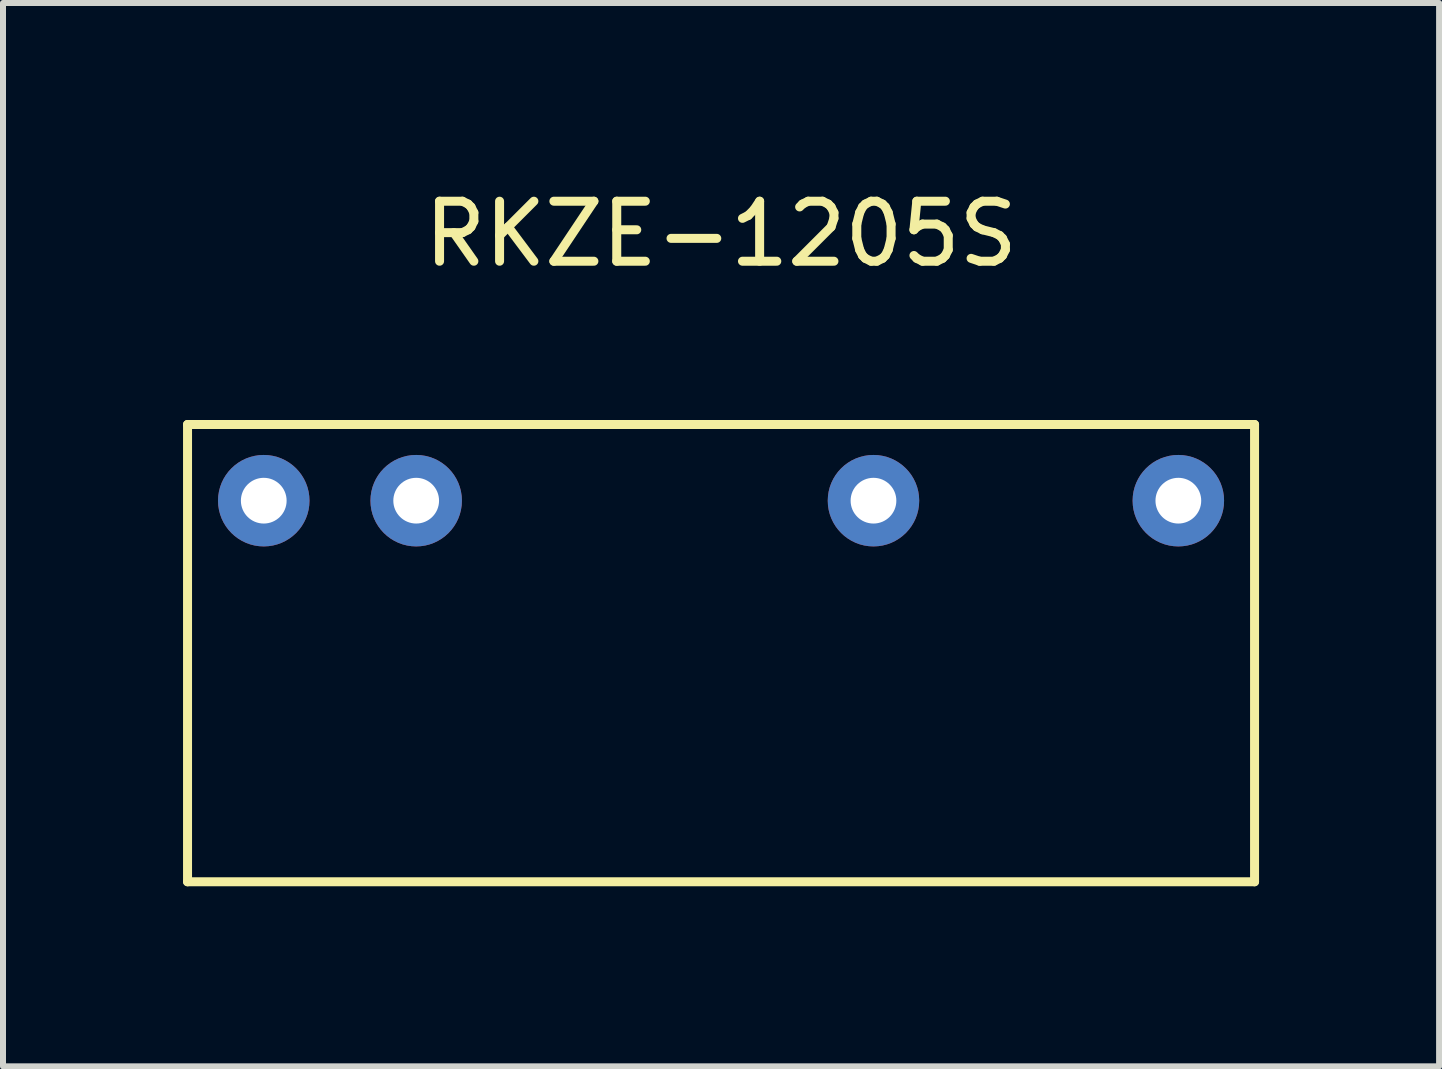
<source format=kicad_pcb>
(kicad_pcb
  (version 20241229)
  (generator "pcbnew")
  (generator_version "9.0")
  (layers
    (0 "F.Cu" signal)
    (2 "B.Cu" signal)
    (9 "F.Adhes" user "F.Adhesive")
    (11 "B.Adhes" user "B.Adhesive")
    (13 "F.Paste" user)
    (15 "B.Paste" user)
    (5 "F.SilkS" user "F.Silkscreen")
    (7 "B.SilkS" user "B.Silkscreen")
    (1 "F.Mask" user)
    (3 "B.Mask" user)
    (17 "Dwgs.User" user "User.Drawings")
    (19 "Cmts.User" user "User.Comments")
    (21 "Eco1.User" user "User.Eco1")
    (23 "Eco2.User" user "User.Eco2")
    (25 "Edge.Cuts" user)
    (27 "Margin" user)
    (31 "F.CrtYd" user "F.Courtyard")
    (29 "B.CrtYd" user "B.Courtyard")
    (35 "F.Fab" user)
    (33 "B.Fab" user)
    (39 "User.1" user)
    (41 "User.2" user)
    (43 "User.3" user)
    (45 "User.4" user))
  (footprint "RKZE-1205S"
    (layer "F.Cu")
    (at 8.965 7.833)
    (property "Reference" "RKZE-1205S" (at 0 -6.985 0) (layer "F.SilkS") (effects (font (size 1 1) (thickness 0.15))))
    (attr through_hole)
    (fp_line (start -8.89 -3.81) (end 0 -3.81) (stroke (width 0.15) (type solid)) (layer "F.SilkS"))
    (fp_line (start -8.89 3.81) (end -8.89 -3.81) (stroke (width 0.15) (type solid)) (layer "F.SilkS"))
    (fp_line (start 0 -3.81) (end 8.89 -3.81) (stroke (width 0.15) (type solid)) (layer "F.SilkS"))
    (fp_line (start 8.89 -3.81) (end 8.89 3.81) (stroke (width 0.15) (type solid)) (layer "F.SilkS"))
    (fp_line (start 8.89 3.81) (end -8.89 3.81) (stroke (width 0.15) (type solid)) (layer "F.SilkS"))
    (pad "1" thru_hole circle (at -7.62 -2.54) (size 1.524 1.524) (drill 0.762) (layers "*.Cu" "*.Mask"))
    (pad "2" thru_hole circle (at -5.08 -2.54) (size 1.524 1.524) (drill 0.762) (layers "*.Cu" "*.Mask"))
    (pad "5" thru_hole circle (at 2.54 -2.54) (size 1.524 1.524) (drill 0.762) (layers "*.Cu" "*.Mask"))
    (pad "7" thru_hole circle (at 7.62 -2.54) (size 1.524 1.524) (drill 0.762) (layers "*.Cu" "*.Mask")))
  (gr_rect
    (start -3 -3)
    (end 20.93 14.718)
    (stroke (width 0.1) (type default))
    (fill no)
    (layer "Edge.Cuts")))
</source>
